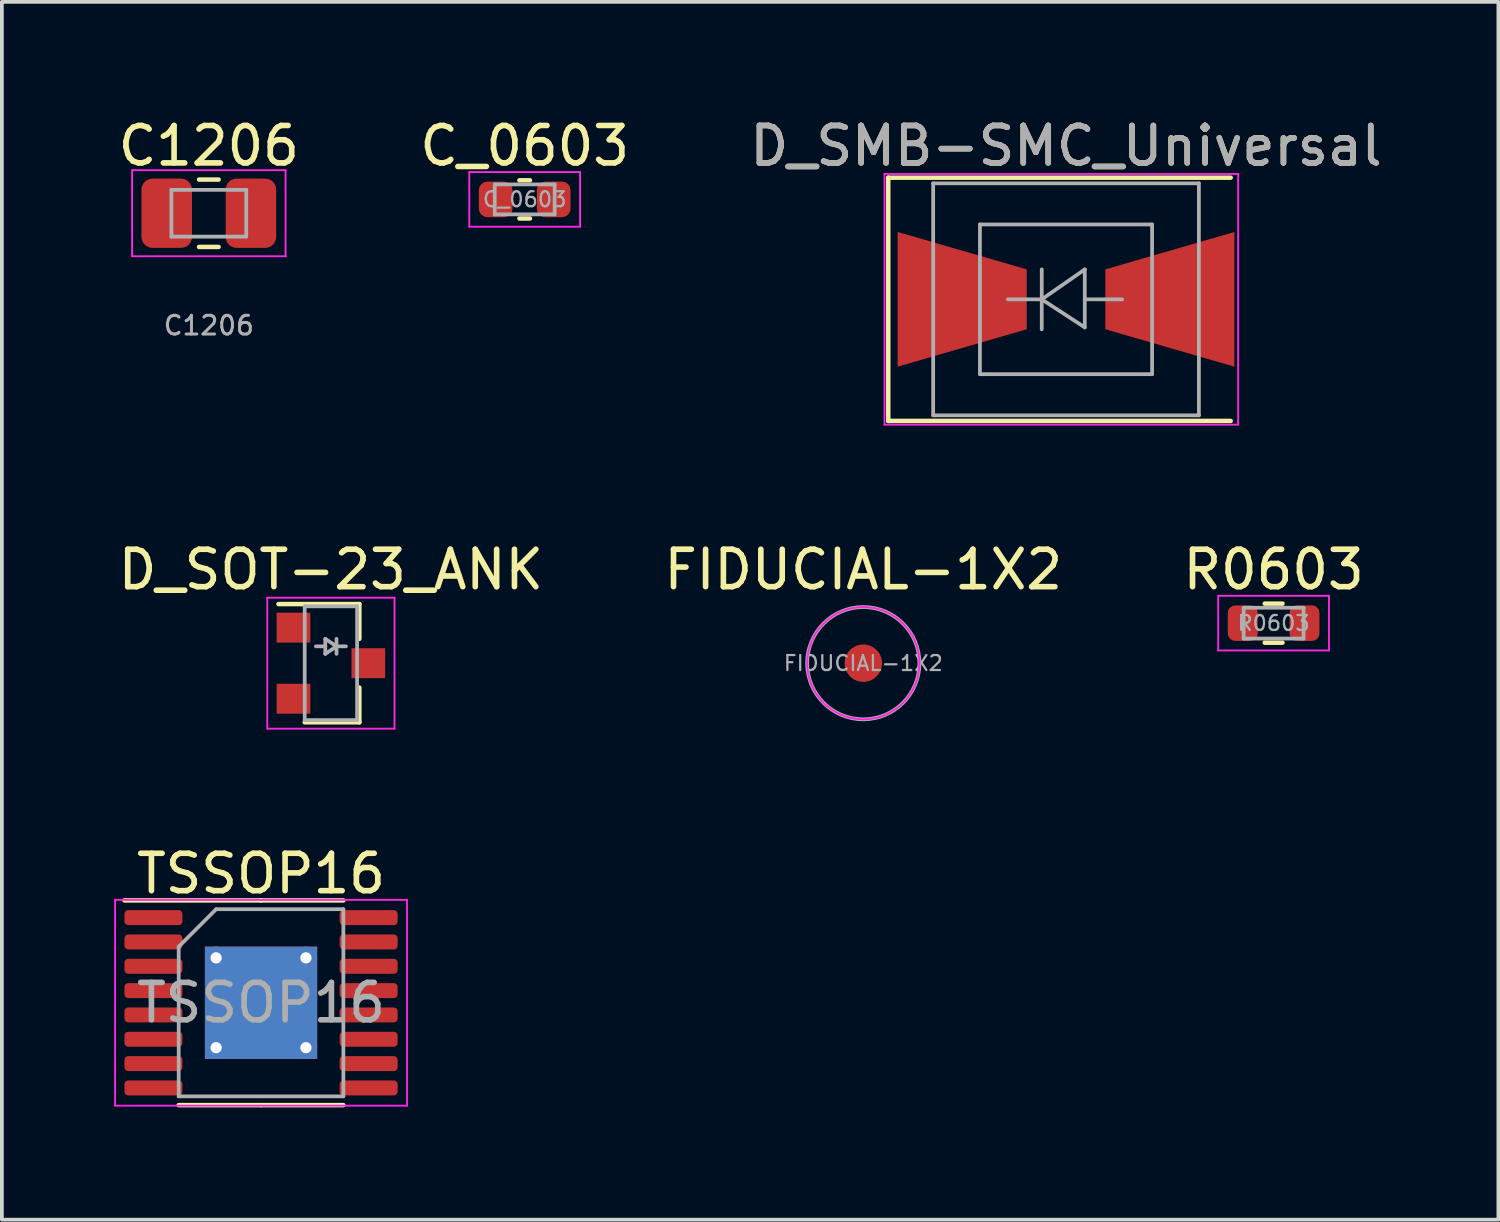
<source format=kicad_pcb>
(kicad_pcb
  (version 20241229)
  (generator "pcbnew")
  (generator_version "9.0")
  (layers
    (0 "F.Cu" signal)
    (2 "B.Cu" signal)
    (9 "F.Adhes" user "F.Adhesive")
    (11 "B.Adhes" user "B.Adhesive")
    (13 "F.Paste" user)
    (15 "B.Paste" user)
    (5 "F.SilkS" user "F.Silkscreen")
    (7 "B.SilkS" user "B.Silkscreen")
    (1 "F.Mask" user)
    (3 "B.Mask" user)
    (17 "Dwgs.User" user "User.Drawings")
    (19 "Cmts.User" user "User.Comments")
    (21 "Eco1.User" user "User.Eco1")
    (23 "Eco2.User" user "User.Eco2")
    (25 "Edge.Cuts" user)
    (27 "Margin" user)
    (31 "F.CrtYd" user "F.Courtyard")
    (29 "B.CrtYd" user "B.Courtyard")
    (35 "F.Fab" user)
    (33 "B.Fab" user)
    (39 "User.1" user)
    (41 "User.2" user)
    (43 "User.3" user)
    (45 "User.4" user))
  (footprint "C1206"
    (layer "F.Cu")
    (at 2.53 2.648)
    (property "Reference" "C1206" (at 0 -1.8 0) (layer "F.SilkS") (effects (font (size 1 1) (thickness 0.15))))
    (attr smd)
    (fp_line (start -0.261 -0.9) (end 0.261 -0.9) (stroke (width 0.12) (type solid)) (layer "F.SilkS"))
    (fp_line (start -0.261 0.9) (end 0.261 0.9) (stroke (width 0.12) (type solid)) (layer "F.SilkS"))
    (fp_line (start -2.05 -1.15) (end 2.05 -1.15) (stroke (width 0.05) (type solid)) (layer "F.CrtYd"))
    (fp_line (start -2.05 1.15) (end -2.05 -1.15) (stroke (width 0.05) (type solid)) (layer "F.CrtYd"))
    (fp_line (start 2.05 -1.15) (end 2.05 1.15) (stroke (width 0.05) (type solid)) (layer "F.CrtYd"))
    (fp_line (start 2.05 1.15) (end -2.05 1.15) (stroke (width 0.05) (type solid)) (layer "F.CrtYd"))
    (fp_line (start -1 -0.625) (end 1 -0.625) (stroke (width 0.1) (type solid)) (layer "F.Fab"))
    (fp_line (start -1 0.625) (end -1 -0.625) (stroke (width 0.1) (type solid)) (layer "F.Fab"))
    (fp_line (start 1 -0.625) (end 1 0.625) (stroke (width 0.1) (type solid)) (layer "F.Fab"))
    (fp_line (start 1 0.625) (end -1 0.625) (stroke (width 0.1) (type solid)) (layer "F.Fab"))
    (fp_text user "${REFERENCE}" (at 0 3 0) (layer "F.Fab") (effects (font (size 0.5 0.5) (thickness 0.08))))
    (pad "1" smd roundrect (at -1.125 0) (size 1.35 1.85) (layers "F.Cu" "F.Mask" "F.Paste") (roundrect_rratio 0.213))
    (pad "2" smd roundrect (at 1.125 0) (size 1.35 1.85) (layers "F.Cu" "F.Mask" "F.Paste") (roundrect_rratio 0.213)))
  (footprint "TSSOP16"
    (layer "F.Cu")
    (at 3.925 23.745)
    (property "Reference" "TSSOP16" (at 0 -3.45 0) (layer "F.SilkS") (effects (font (size 1 1) (thickness 0.15))))
    (attr smd)
    (fp_line (start 0 -2.735) (end -3.65 -2.735) (stroke (width 0.12) (type solid)) (layer "F.SilkS"))
    (fp_line (start 0 -2.735) (end 2.2 -2.735) (stroke (width 0.12) (type solid)) (layer "F.SilkS"))
    (fp_line (start 0 2.735) (end -2.2 2.735) (stroke (width 0.12) (type solid)) (layer "F.SilkS"))
    (fp_line (start 0 2.735) (end 2.2 2.735) (stroke (width 0.12) (type solid)) (layer "F.SilkS"))
    (fp_line (start -3.9 -2.75) (end -3.9 2.75) (stroke (width 0.05) (type solid)) (layer "F.CrtYd"))
    (fp_line (start -3.9 2.75) (end 3.9 2.75) (stroke (width 0.05) (type solid)) (layer "F.CrtYd"))
    (fp_line (start 3.9 -2.75) (end -3.9 -2.75) (stroke (width 0.05) (type solid)) (layer "F.CrtYd"))
    (fp_line (start 3.9 2.75) (end 3.9 -2.75) (stroke (width 0.05) (type solid)) (layer "F.CrtYd"))
    (fp_line (start -2.2 -1.5) (end -1.2 -2.5) (stroke (width 0.1) (type solid)) (layer "F.Fab"))
    (fp_line (start -2.2 2.5) (end -2.2 -1.5) (stroke (width 0.1) (type solid)) (layer "F.Fab"))
    (fp_line (start -1.2 -2.5) (end 2.2 -2.5) (stroke (width 0.1) (type solid)) (layer "F.Fab"))
    (fp_line (start 2.2 -2.5) (end 2.2 2.5) (stroke (width 0.1) (type solid)) (layer "F.Fab"))
    (fp_line (start 2.2 2.5) (end -2.2 2.5) (stroke (width 0.1) (type solid)) (layer "F.Fab"))
    (fp_text user "${REFERENCE}" (at 0 0 0) (layer "F.Fab") (effects (font (size 1 1) (thickness 0.15))))
    (pad "" smd roundrect (at -0.75 -0.75) (size 1.21 1.21) (layers "F.Paste") (roundrect_rratio 0.207))
    (pad "" smd roundrect (at -0.75 0.75) (size 1.21 1.21) (layers "F.Paste") (roundrect_rratio 0.207))
    (pad "" smd roundrect (at 0.75 -0.75) (size 1.21 1.21) (layers "F.Paste") (roundrect_rratio 0.207))
    (pad "" smd roundrect (at 0.75 0.75) (size 1.21 1.21) (layers "F.Paste") (roundrect_rratio 0.207))
    (pad "1" smd roundrect (at -2.875 -2.275) (size 1.55 0.4) (layers "F.Cu" "F.Mask" "F.Paste") (roundrect_rratio 0.25))
    (pad "2" smd roundrect (at -2.875 -1.625) (size 1.55 0.4) (layers "F.Cu" "F.Mask" "F.Paste") (roundrect_rratio 0.25))
    (pad "3" smd roundrect (at -2.875 -0.975) (size 1.55 0.4) (layers "F.Cu" "F.Mask" "F.Paste") (roundrect_rratio 0.25))
    (pad "4" smd roundrect (at -2.875 -0.325) (size 1.55 0.4) (layers "F.Cu" "F.Mask" "F.Paste") (roundrect_rratio 0.25))
    (pad "5" smd roundrect (at -2.875 0.325) (size 1.55 0.4) (layers "F.Cu" "F.Mask" "F.Paste") (roundrect_rratio 0.25))
    (pad "6" smd roundrect (at -2.875 0.975) (size 1.55 0.4) (layers "F.Cu" "F.Mask" "F.Paste") (roundrect_rratio 0.25))
    (pad "7" smd roundrect (at -2.875 1.625) (size 1.55 0.4) (layers "F.Cu" "F.Mask" "F.Paste") (roundrect_rratio 0.25))
    (pad "8" smd roundrect (at -2.875 2.275) (size 1.55 0.4) (layers "F.Cu" "F.Mask" "F.Paste") (roundrect_rratio 0.25))
    (pad "9" smd roundrect (at 2.875 2.275) (size 1.55 0.4) (layers "F.Cu" "F.Mask" "F.Paste") (roundrect_rratio 0.25))
    (pad "10" smd roundrect (at 2.875 1.625) (size 1.55 0.4) (layers "F.Cu" "F.Mask" "F.Paste") (roundrect_rratio 0.25))
    (pad "11" smd roundrect (at 2.875 0.975) (size 1.55 0.4) (layers "F.Cu" "F.Mask" "F.Paste") (roundrect_rratio 0.25))
    (pad "12" smd roundrect (at 2.875 0.325) (size 1.55 0.4) (layers "F.Cu" "F.Mask" "F.Paste") (roundrect_rratio 0.25))
    (pad "13" smd roundrect (at 2.875 -0.325) (size 1.55 0.4) (layers "F.Cu" "F.Mask" "F.Paste") (roundrect_rratio 0.25))
    (pad "14" smd roundrect (at 2.875 -0.975) (size 1.55 0.4) (layers "F.Cu" "F.Mask" "F.Paste") (roundrect_rratio 0.25))
    (pad "15" smd roundrect (at 2.875 -1.625) (size 1.55 0.4) (layers "F.Cu" "F.Mask" "F.Paste") (roundrect_rratio 0.25))
    (pad "16" smd roundrect (at 2.875 -2.275) (size 1.55 0.4) (layers "F.Cu" "F.Mask" "F.Paste") (roundrect_rratio 0.25))
    (pad "17" thru_hole circle (at -1.2 -1.2) (size 0.6 0.6) (drill 0.3) (layers "*.Cu"))
    (pad "17" thru_hole circle (at -1.2 1.2) (size 0.6 0.6) (drill 0.3) (layers "*.Cu"))
    (pad "17" smd rect (at 0 0) (size 3 3) (layers "F.Cu" "F.Mask"))
    (pad "17" smd rect (at 0 0) (size 3 3) (layers "B.Cu"))
    (pad "17" thru_hole circle (at 1.2 -1.2) (size 0.6 0.6) (drill 0.3) (layers "*.Cu"))
    (pad "17" thru_hole circle (at 1.2 1.2) (size 0.6 0.6) (drill 0.3) (layers "*.Cu")))
  (footprint "FIDUCIAL-1X2"
    (layer "F.Cu")
    (at 20.018 14.671)
    (property "Reference" "FIDUCIAL-1X2" (at 0 -2.5 0) (layer "F.SilkS") (effects (font (size 1 1) (thickness 0.15))))
    (attr smd)
    (fp_circle (center 0 0) (end 1.5 0) (stroke (width 0.05) (type solid)) (fill no) (layer "F.CrtYd"))
    (fp_circle (center 0 0) (end 1.5 0) (stroke (width 0.1) (type solid)) (fill no) (layer "F.Fab"))
    (fp_text user "${REFERENCE}" (at 0 0 0) (layer "F.Fab") (effects (font (size 0.4 0.4) (thickness 0.06))))
    (pad "" smd circle (at 0 0) (size 1 1) (property pad_prop_fiducial_glob) (layers "F.Cu" "F.Mask")))
  (footprint "D_SOT-23_ANK"
    (layer "F.Cu")
    (at 5.792 14.671)
    (property "Reference" "D_SOT-23_ANK" (at 0 -2.5 180) (layer "F.SilkS") (effects (font (size 1 1) (thickness 0.15))))
    (attr smd)
    (fp_line (start 0.76 -1.58) (end -1.4 -1.58) (stroke (width 0.12) (type solid)) (layer "F.SilkS"))
    (fp_line (start 0.76 -1.58) (end 0.76 -0.65) (stroke (width 0.12) (type solid)) (layer "F.SilkS"))
    (fp_line (start 0.76 1.58) (end -0.7 1.58) (stroke (width 0.12) (type solid)) (layer "F.SilkS"))
    (fp_line (start 0.76 1.58) (end 0.76 0.65) (stroke (width 0.12) (type solid)) (layer "F.SilkS"))
    (fp_line (start -1.7 -1.75) (end 1.7 -1.75) (stroke (width 0.05) (type solid)) (layer "F.CrtYd"))
    (fp_line (start -1.7 1.75) (end -1.7 -1.75) (stroke (width 0.05) (type solid)) (layer "F.CrtYd"))
    (fp_line (start 1.7 -1.75) (end 1.7 1.75) (stroke (width 0.05) (type solid)) (layer "F.CrtYd"))
    (fp_line (start 1.7 1.75) (end -1.7 1.75) (stroke (width 0.05) (type solid)) (layer "F.CrtYd"))
    (fp_line (start -0.7 -1.52) (end -0.7 1.52) (stroke (width 0.1) (type solid)) (layer "F.Fab"))
    (fp_line (start -0.7 -1.52) (end 0.7 -1.52) (stroke (width 0.1) (type solid)) (layer "F.Fab"))
    (fp_line (start -0.7 1.52) (end 0.7 1.52) (stroke (width 0.1) (type solid)) (layer "F.Fab"))
    (fp_line (start -0.15 -0.65) (end -0.15 -0.25) (stroke (width 0.1) (type solid)) (layer "F.Fab"))
    (fp_line (start -0.15 -0.45) (end -0.4 -0.45) (stroke (width 0.1) (type solid)) (layer "F.Fab"))
    (fp_line (start -0.15 -0.25) (end 0.15 -0.45) (stroke (width 0.1) (type solid)) (layer "F.Fab"))
    (fp_line (start 0.15 -0.65) (end 0.15 -0.25) (stroke (width 0.1) (type solid)) (layer "F.Fab"))
    (fp_line (start 0.15 -0.45) (end -0.15 -0.65) (stroke (width 0.1) (type solid)) (layer "F.Fab"))
    (fp_line (start 0.15 -0.45) (end 0.4 -0.45) (stroke (width 0.1) (type solid)) (layer "F.Fab"))
    (fp_line (start 0.7 -1.52) (end 0.7 1.52) (stroke (width 0.1) (type solid)) (layer "F.Fab"))
    (pad "" smd rect (at -1 0.95) (size 0.9 0.8) (layers "F.Cu" "F.Mask" "F.Paste"))
    (pad "1" smd rect (at 1 0) (size 0.9 0.8) (layers "F.Cu" "F.Mask" "F.Paste"))
    (pad "2" smd rect (at -1 -0.95) (size 0.9 0.8) (layers "F.Cu" "F.Mask" "F.Paste")))
  (footprint "C_0603"
    (layer "F.Cu")
    (at 10.97 2.278)
    (property "Reference" "C_0603" (at 0 -1.43 0) (layer "F.SilkS") (effects (font (size 1 1) (thickness 0.15))))
    (attr smd)
    (fp_line (start -0.141 -0.51) (end 0.141 -0.51) (stroke (width 0.12) (type solid)) (layer "F.SilkS"))
    (fp_line (start -0.141 0.51) (end 0.141 0.51) (stroke (width 0.12) (type solid)) (layer "F.SilkS"))
    (fp_line (start -1.48 -0.73) (end 1.48 -0.73) (stroke (width 0.05) (type solid)) (layer "F.CrtYd"))
    (fp_line (start -1.48 0.73) (end -1.48 -0.73) (stroke (width 0.05) (type solid)) (layer "F.CrtYd"))
    (fp_line (start 1.48 -0.73) (end 1.48 0.73) (stroke (width 0.05) (type solid)) (layer "F.CrtYd"))
    (fp_line (start 1.48 0.73) (end -1.48 0.73) (stroke (width 0.05) (type solid)) (layer "F.CrtYd"))
    (fp_line (start -0.8 -0.4) (end 0.8 -0.4) (stroke (width 0.1) (type solid)) (layer "F.Fab"))
    (fp_line (start -0.8 0.4) (end -0.8 -0.4) (stroke (width 0.1) (type solid)) (layer "F.Fab"))
    (fp_line (start 0.8 -0.4) (end 0.8 0.4) (stroke (width 0.1) (type solid)) (layer "F.Fab"))
    (fp_line (start 0.8 0.4) (end -0.8 0.4) (stroke (width 0.1) (type solid)) (layer "F.Fab"))
    (fp_text user "${REFERENCE}" (at 0 0 0) (layer "F.Fab") (effects (font (size 0.4 0.4) (thickness 0.06))))
    (pad "1" smd roundrect (at -0.775 0) (size 0.9 0.95) (layers "F.Cu" "F.Mask" "F.Paste") (roundrect_rratio 0.25))
    (pad "2" smd roundrect (at 0.775 0) (size 0.9 0.95) (layers "F.Cu" "F.Mask" "F.Paste") (roundrect_rratio 0.25)))
  (footprint "R0603"
    (layer "F.Cu")
    (at 30.982 13.601)
    (property "Reference" "R0603" (at 0 -1.43 0) (layer "F.SilkS") (effects (font (size 1 1) (thickness 0.15))))
    (attr smd)
    (fp_line (start -0.237 -0.522) (end 0.237 -0.522) (stroke (width 0.12) (type solid)) (layer "F.SilkS"))
    (fp_line (start -0.237 0.522) (end 0.237 0.522) (stroke (width 0.12) (type solid)) (layer "F.SilkS"))
    (fp_line (start -1.48 -0.73) (end 1.48 -0.73) (stroke (width 0.05) (type solid)) (layer "F.CrtYd"))
    (fp_line (start -1.48 0.73) (end -1.48 -0.73) (stroke (width 0.05) (type solid)) (layer "F.CrtYd"))
    (fp_line (start 1.48 -0.73) (end 1.48 0.73) (stroke (width 0.05) (type solid)) (layer "F.CrtYd"))
    (fp_line (start 1.48 0.73) (end -1.48 0.73) (stroke (width 0.05) (type solid)) (layer "F.CrtYd"))
    (fp_line (start -0.8 -0.412) (end 0.8 -0.412) (stroke (width 0.1) (type solid)) (layer "F.Fab"))
    (fp_line (start -0.8 0.412) (end -0.8 -0.412) (stroke (width 0.1) (type solid)) (layer "F.Fab"))
    (fp_line (start 0.8 -0.412) (end 0.8 0.412) (stroke (width 0.1) (type solid)) (layer "F.Fab"))
    (fp_line (start 0.8 0.412) (end -0.8 0.412) (stroke (width 0.1) (type solid)) (layer "F.Fab"))
    (fp_text user "${REFERENCE}" (at 0 0 0) (layer "F.Fab") (effects (font (size 0.4 0.4) (thickness 0.06))))
    (pad "1" smd roundrect (at -0.825 0) (size 0.8 0.95) (layers "F.Cu" "F.Mask" "F.Paste") (roundrect_rratio 0.25))
    (pad "2" smd roundrect (at 0.825 0) (size 0.8 0.95) (layers "F.Cu" "F.Mask" "F.Paste") (roundrect_rratio 0.25)))
  (footprint "D_SMB-SMC_Universal"
    (layer "F.Cu")
    (at 25.435 4.948)
    (property "Reference" "D_SMB-SMC_Universal" (at 0 -4.1 0) (layer "F.SilkS") (effects (font (size 1 1) (thickness 0.15))))
    (attr smd)
    (fp_line (start -4.75 -3.25) (end 4.4 -3.25) (stroke (width 0.12) (type solid)) (layer "F.SilkS"))
    (fp_line (start -4.75 3.25) (end -4.75 -3.25) (stroke (width 0.12) (type solid)) (layer "F.SilkS"))
    (fp_line (start -4.75 3.25) (end 4.4 3.25) (stroke (width 0.12) (type solid)) (layer "F.SilkS"))
    (fp_line (start -4.85 -3.35) (end 4.6 -3.35) (stroke (width 0.05) (type solid)) (layer "F.CrtYd"))
    (fp_line (start -4.85 3.35) (end -4.85 -3.35) (stroke (width 0.05) (type solid)) (layer "F.CrtYd"))
    (fp_line (start 4.6 -3.35) (end 4.6 3.35) (stroke (width 0.05) (type solid)) (layer "F.CrtYd"))
    (fp_line (start 4.6 3.35) (end -4.85 3.35) (stroke (width 0.05) (type solid)) (layer "F.CrtYd"))
    (fp_line (start -3.55 3.1) (end -3.55 -3.1) (stroke (width 0.1) (type solid)) (layer "F.Fab"))
    (fp_line (start -2.3 2) (end -2.3 -2) (stroke (width 0.1) (type solid)) (layer "F.Fab"))
    (fp_line (start -0.649 -0.799) (end -0.649 0.801) (stroke (width 0.1) (type solid)) (layer "F.Fab"))
    (fp_line (start -0.649 0.001) (end -1.551 0.001) (stroke (width 0.1) (type solid)) (layer "F.Fab"))
    (fp_line (start -0.649 0.001) (end 0.501 -0.799) (stroke (width 0.1) (type solid)) (layer "F.Fab"))
    (fp_line (start -0.649 0.001) (end 0.501 0.75) (stroke (width 0.1) (type solid)) (layer "F.Fab"))
    (fp_line (start 0.501 0.001) (end 1.499 0.001) (stroke (width 0.1) (type solid)) (layer "F.Fab"))
    (fp_line (start 0.501 0.75) (end 0.501 -0.799) (stroke (width 0.1) (type solid)) (layer "F.Fab"))
    (fp_line (start 2.3 -2) (end -2.3 -2) (stroke (width 0.1) (type solid)) (layer "F.Fab"))
    (fp_line (start 2.3 -2) (end 2.3 2) (stroke (width 0.1) (type solid)) (layer "F.Fab"))
    (fp_line (start 2.3 2) (end -2.3 2) (stroke (width 0.1) (type solid)) (layer "F.Fab"))
    (fp_line (start 3.55 -3.1) (end -3.55 -3.1) (stroke (width 0.1) (type solid)) (layer "F.Fab"))
    (fp_line (start 3.55 -3.1) (end 3.55 3.1) (stroke (width 0.1) (type solid)) (layer "F.Fab"))
    (fp_line (start 3.55 3.1) (end -3.55 3.1) (stroke (width 0.1) (type solid)) (layer "F.Fab"))
    (fp_text user "${REFERENCE}" (at 0 -4.1 0) (layer "F.Fab") (effects (font (size 1 1) (thickness 0.15))))
    (pad "1" smd trapezoid (at -2.775 0) (size 3.45 2.6) (rect_delta 1 0) (layers "F.Cu" "F.Mask" "F.Paste"))
    (pad "2" smd trapezoid (at 2.775 0 180) (size 3.45 2.6) (rect_delta 1 0) (layers "F.Cu" "F.Mask" "F.Paste")))
  (gr_rect
    (start -3 -3)
    (end 36.988 29.54)
    (stroke (width 0.1) (type default))
    (fill no)
    (layer "Edge.Cuts")))
</source>
